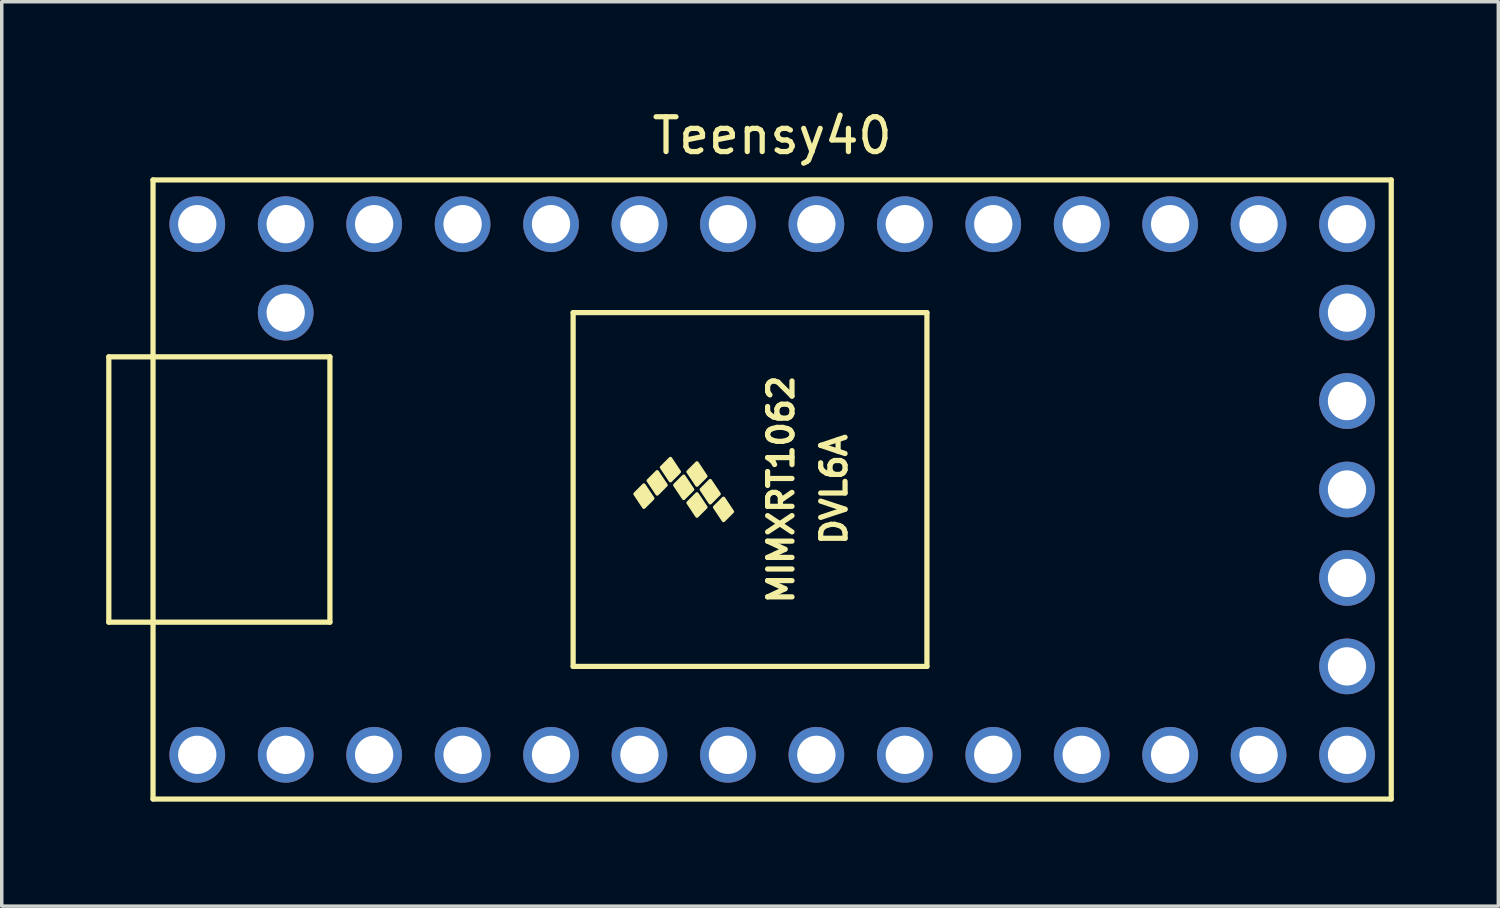
<source format=kicad_pcb>
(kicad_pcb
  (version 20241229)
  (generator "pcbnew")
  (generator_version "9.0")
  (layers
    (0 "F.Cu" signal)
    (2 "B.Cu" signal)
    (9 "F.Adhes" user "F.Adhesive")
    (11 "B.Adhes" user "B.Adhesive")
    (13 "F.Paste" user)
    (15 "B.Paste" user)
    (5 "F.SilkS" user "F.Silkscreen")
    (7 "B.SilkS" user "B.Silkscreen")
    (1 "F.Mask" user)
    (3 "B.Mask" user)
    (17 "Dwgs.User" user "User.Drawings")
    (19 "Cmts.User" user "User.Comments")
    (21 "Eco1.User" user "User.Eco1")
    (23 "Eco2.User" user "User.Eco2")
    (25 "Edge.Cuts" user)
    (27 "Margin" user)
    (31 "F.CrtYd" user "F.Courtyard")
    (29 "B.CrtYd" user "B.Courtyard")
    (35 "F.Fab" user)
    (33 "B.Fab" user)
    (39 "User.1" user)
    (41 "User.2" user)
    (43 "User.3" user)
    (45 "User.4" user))
  (footprint "Teensy40"
    (layer "F.Cu")
    (at 19.125 11.008)
    (property "Reference" "Teensy40" (at 0 -10.16 0) (layer "F.SilkS") (effects (font (size 1 1) (thickness 0.15))))
    (attr through_hole)
    (fp_line (start -19.05 -3.81) (end -17.78 -3.81) (stroke (width 0.15) (type solid)) (layer "F.SilkS"))
    (fp_line (start -19.05 3.81) (end -19.05 -3.81) (stroke (width 0.15) (type solid)) (layer "F.SilkS"))
    (fp_line (start -17.78 -8.89) (end 17.78 -8.89) (stroke (width 0.15) (type solid)) (layer "F.SilkS"))
    (fp_line (start -17.78 3.81) (end -19.05 3.81) (stroke (width 0.15) (type solid)) (layer "F.SilkS"))
    (fp_line (start -17.78 8.89) (end -17.78 -8.89) (stroke (width 0.15) (type solid)) (layer "F.SilkS"))
    (fp_line (start -12.7 -3.81) (end -17.78 -3.81) (stroke (width 0.15) (type solid)) (layer "F.SilkS"))
    (fp_line (start -12.7 3.81) (end -17.78 3.81) (stroke (width 0.15) (type solid)) (layer "F.SilkS"))
    (fp_line (start -12.7 3.81) (end -12.7 -3.81) (stroke (width 0.15) (type solid)) (layer "F.SilkS"))
    (fp_line (start -5.715 -5.08) (end -5.715 5.08) (stroke (width 0.15) (type solid)) (layer "F.SilkS"))
    (fp_line (start 4.445 -5.08) (end -5.715 -5.08) (stroke (width 0.15) (type solid)) (layer "F.SilkS"))
    (fp_line (start 4.445 5.08) (end -5.715 5.08) (stroke (width 0.15) (type solid)) (layer "F.SilkS"))
    (fp_line (start 4.445 5.08) (end 4.445 -5.08) (stroke (width 0.15) (type solid)) (layer "F.SilkS"))
    (fp_line (start 17.78 -8.89) (end 17.78 8.89) (stroke (width 0.15) (type solid)) (layer "F.SilkS"))
    (fp_line (start 17.78 8.89) (end -17.78 8.89) (stroke (width 0.15) (type solid)) (layer "F.SilkS"))
    (fp_poly (pts (xy -3.937 0.127) (xy -3.683 -0.127) (xy -3.429 0.254) (xy -3.683 0.508)) (stroke (width 0.1) (type solid)) (fill yes) (layer "F.SilkS"))
    (fp_poly (pts (xy -3.556 -0.254) (xy -3.302 -0.508) (xy -3.048 -0.127) (xy -3.302 0.127)) (stroke (width 0.1) (type solid)) (fill yes) (layer "F.SilkS"))
    (fp_poly (pts (xy -3.175 -0.635) (xy -2.921 -0.889) (xy -2.667 -0.508) (xy -2.921 -0.254)) (stroke (width 0.1) (type solid)) (fill yes) (layer "F.SilkS"))
    (fp_poly (pts (xy -2.794 -0.127) (xy -2.54 -0.381) (xy -2.286 0) (xy -2.54 0.254)) (stroke (width 0.1) (type solid)) (fill yes) (layer "F.SilkS"))
    (fp_poly (pts (xy -2.413 -0.508) (xy -2.159 -0.762) (xy -1.905 -0.381) (xy -2.159 -0.127)) (stroke (width 0.1) (type solid)) (fill yes) (layer "F.SilkS"))
    (fp_poly (pts (xy -2.413 0.381) (xy -2.159 0.127) (xy -1.905 0.508) (xy -2.159 0.762)) (stroke (width 0.1) (type solid)) (fill yes) (layer "F.SilkS"))
    (fp_poly (pts (xy -2.032 0) (xy -1.778 -0.254) (xy -1.524 0.127) (xy -1.778 0.381)) (stroke (width 0.1) (type solid)) (fill yes) (layer "F.SilkS"))
    (fp_poly (pts (xy -1.651 0.508) (xy -1.397 0.254) (xy -1.143 0.635) (xy -1.397 0.889)) (stroke (width 0.1) (type solid)) (fill yes) (layer "F.SilkS"))
    (fp_text user "MIMXRT1062" (at 0.254 0 90) (layer "F.SilkS") (effects (font (size 0.7 0.7) (thickness 0.15))))
    (fp_text user "DVL6A" (at 1.778 0 90) (layer "F.SilkS") (effects (font (size 0.7 0.7) (thickness 0.15))))
    (pad "1" thru_hole circle (at -16.51 7.62) (size 1.6 1.6) (drill 1.1) (layers "*.Cu" "*.Mask"))
    (pad "2" thru_hole circle (at -13.97 7.62) (size 1.6 1.6) (drill 1.1) (layers "*.Cu" "*.Mask"))
    (pad "3" thru_hole circle (at -11.43 7.62) (size 1.6 1.6) (drill 1.1) (layers "*.Cu" "*.Mask"))
    (pad "4" thru_hole circle (at -8.89 7.62) (size 1.6 1.6) (drill 1.1) (layers "*.Cu" "*.Mask"))
    (pad "5" thru_hole circle (at -6.35 7.62) (size 1.6 1.6) (drill 1.1) (layers "*.Cu" "*.Mask"))
    (pad "6" thru_hole circle (at -3.81 7.62) (size 1.6 1.6) (drill 1.1) (layers "*.Cu" "*.Mask"))
    (pad "7" thru_hole circle (at -1.27 7.62) (size 1.6 1.6) (drill 1.1) (layers "*.Cu" "*.Mask"))
    (pad "8" thru_hole circle (at 1.27 7.62) (size 1.6 1.6) (drill 1.1) (layers "*.Cu" "*.Mask"))
    (pad "9" thru_hole circle (at 3.81 7.62) (size 1.6 1.6) (drill 1.1) (layers "*.Cu" "*.Mask"))
    (pad "10" thru_hole circle (at 6.35 7.62) (size 1.6 1.6) (drill 1.1) (layers "*.Cu" "*.Mask"))
    (pad "11" thru_hole circle (at 8.89 7.62) (size 1.6 1.6) (drill 1.1) (layers "*.Cu" "*.Mask"))
    (pad "12" thru_hole circle (at 11.43 7.62) (size 1.6 1.6) (drill 1.1) (layers "*.Cu" "*.Mask"))
    (pad "13" thru_hole circle (at 13.97 7.62) (size 1.6 1.6) (drill 1.1) (layers "*.Cu" "*.Mask"))
    (pad "14" thru_hole circle (at 16.51 7.62) (size 1.6 1.6) (drill 1.1) (layers "*.Cu" "*.Mask"))
    (pad "15" thru_hole circle (at 16.51 5.08) (size 1.6 1.6) (drill 1.1) (layers "*.Cu" "*.Mask"))
    (pad "16" thru_hole circle (at 16.51 2.54) (size 1.6 1.6) (drill 1.1) (layers "*.Cu" "*.Mask"))
    (pad "17" thru_hole circle (at 16.51 0) (size 1.6 1.6) (drill 1.1) (layers "*.Cu" "*.Mask"))
    (pad "18" thru_hole circle (at 16.51 -2.54) (size 1.6 1.6) (drill 1.1) (layers "*.Cu" "*.Mask"))
    (pad "19" thru_hole circle (at 16.51 -5.08) (size 1.6 1.6) (drill 1.1) (layers "*.Cu" "*.Mask"))
    (pad "20" thru_hole circle (at 16.51 -7.62) (size 1.6 1.6) (drill 1.1) (layers "*.Cu" "*.Mask"))
    (pad "21" thru_hole circle (at 13.97 -7.62) (size 1.6 1.6) (drill 1.1) (layers "*.Cu" "*.Mask"))
    (pad "22" thru_hole circle (at 11.43 -7.62) (size 1.6 1.6) (drill 1.1) (layers "*.Cu" "*.Mask"))
    (pad "23" thru_hole circle (at 8.89 -7.62) (size 1.6 1.6) (drill 1.1) (layers "*.Cu" "*.Mask"))
    (pad "24" thru_hole circle (at 6.35 -7.62) (size 1.6 1.6) (drill 1.1) (layers "*.Cu" "*.Mask"))
    (pad "25" thru_hole circle (at 3.81 -7.62) (size 1.6 1.6) (drill 1.1) (layers "*.Cu" "*.Mask"))
    (pad "26" thru_hole circle (at 1.27 -7.62) (size 1.6 1.6) (drill 1.1) (layers "*.Cu" "*.Mask"))
    (pad "27" thru_hole circle (at -1.27 -7.62) (size 1.6 1.6) (drill 1.1) (layers "*.Cu" "*.Mask"))
    (pad "28" thru_hole circle (at -3.81 -7.62) (size 1.6 1.6) (drill 1.1) (layers "*.Cu" "*.Mask"))
    (pad "29" thru_hole circle (at -6.35 -7.62) (size 1.6 1.6) (drill 1.1) (layers "*.Cu" "*.Mask"))
    (pad "30" thru_hole circle (at -8.89 -7.62) (size 1.6 1.6) (drill 1.1) (layers "*.Cu" "*.Mask"))
    (pad "31" thru_hole circle (at -11.43 -7.62) (size 1.6 1.6) (drill 1.1) (layers "*.Cu" "*.Mask"))
    (pad "32" thru_hole circle (at -13.97 -7.62) (size 1.6 1.6) (drill 1.1) (layers "*.Cu" "*.Mask"))
    (pad "33" thru_hole circle (at -16.51 -7.62) (size 1.6 1.6) (drill 1.1) (layers "*.Cu" "*.Mask"))
    (pad "34" thru_hole circle (at -13.97 -5.08) (size 1.6 1.6) (drill 1.1) (layers "*.Cu" "*.Mask")))
  (gr_rect
    (start -3 -3)
    (end 39.98 22.973)
    (stroke (width 0.1) (type default))
    (fill no)
    (layer "Edge.Cuts")))
</source>
